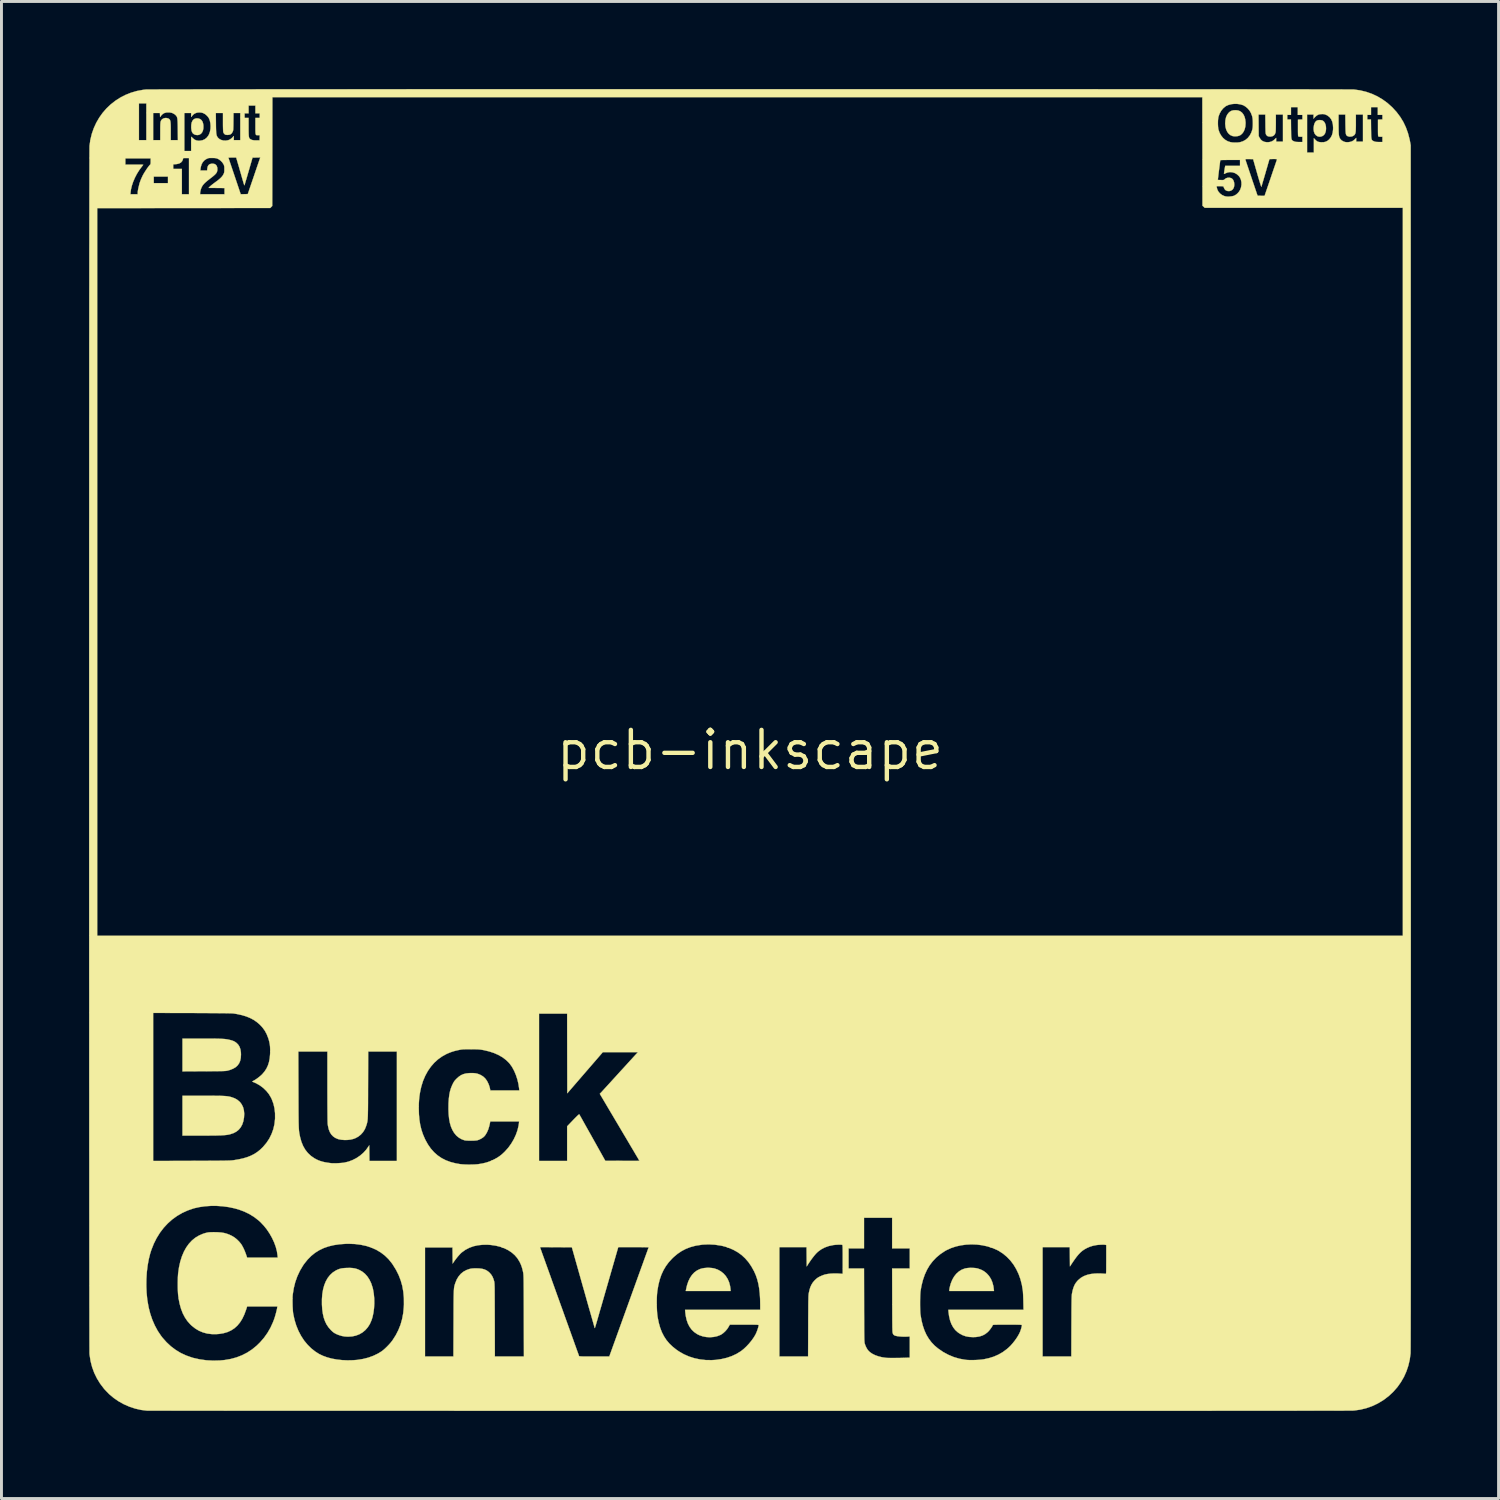
<source format=kicad_pcb>
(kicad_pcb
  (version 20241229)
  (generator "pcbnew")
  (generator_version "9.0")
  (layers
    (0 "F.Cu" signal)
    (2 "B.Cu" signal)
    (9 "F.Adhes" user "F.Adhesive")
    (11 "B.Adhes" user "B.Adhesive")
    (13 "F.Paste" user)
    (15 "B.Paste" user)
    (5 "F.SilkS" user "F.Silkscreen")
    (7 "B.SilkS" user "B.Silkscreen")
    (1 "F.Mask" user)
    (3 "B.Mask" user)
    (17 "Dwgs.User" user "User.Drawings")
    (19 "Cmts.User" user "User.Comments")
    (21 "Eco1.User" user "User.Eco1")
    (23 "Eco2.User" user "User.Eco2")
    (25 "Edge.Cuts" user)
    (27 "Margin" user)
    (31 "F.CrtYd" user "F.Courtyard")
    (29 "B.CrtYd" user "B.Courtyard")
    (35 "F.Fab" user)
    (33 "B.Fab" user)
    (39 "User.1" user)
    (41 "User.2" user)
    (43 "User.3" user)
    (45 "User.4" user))
  (footprint "pcb-inkscape"
    (layer "F.Cu")
    (at 22.643 22.643)
    (property "Reference" "pcb-inkscape" (at 0 0 0) (layer "F.SilkS") (effects (font (size 1.27 1.27) (thickness 0.15))))
    (attr through_hole)
    (fp_poly (pts (xy -1.304 17.744) (xy -1.228 17.757) (xy -1.225 17.758) (xy -1.109 17.798) (xy -1.004 17.856) (xy -0.911 17.929) (xy -0.832 18.017) (xy -0.767 18.118) (xy -0.717 18.232) (xy -0.684 18.357) (xy -0.67 18.455) (xy -0.664 18.531) (xy -2.201 18.531) (xy -2.195 18.497) (xy -2.16 18.341) (xy -2.114 18.203) (xy -2.056 18.083) (xy -1.987 17.98) (xy -1.907 17.895) (xy -1.815 17.828) (xy -1.712 17.779) (xy -1.645 17.759) (xy -1.569 17.745) (xy -1.482 17.738) (xy -1.391 17.738) (xy -1.304 17.744)) (stroke (width 0.01) (type solid)) (fill yes) (layer "F.SilkS"))
    (fp_poly (pts (xy -18.892 -21.634) (xy -18.833 -21.612) (xy -18.787 -21.574) (xy -18.753 -21.519) (xy -18.732 -21.447) (xy -18.725 -21.383) (xy -18.726 -21.297) (xy -18.741 -21.222) (xy -18.769 -21.16) (xy -18.808 -21.112) (xy -18.857 -21.081) (xy -18.914 -21.066) (xy -18.98 -21.07) (xy -18.99 -21.072) (xy -19.044 -21.092) (xy -19.085 -21.123) (xy -19.114 -21.168) (xy -19.133 -21.228) (xy -19.142 -21.305) (xy -19.143 -21.321) (xy -19.141 -21.415) (xy -19.127 -21.494) (xy -19.1 -21.556) (xy -19.062 -21.601) (xy -19.013 -21.629) (xy -18.954 -21.64) (xy -18.892 -21.634)) (stroke (width 0.01) (type solid)) (fill yes) (layer "F.SilkS"))
    (fp_poly (pts (xy 19.565 -21.577) (xy 19.611 -21.565) (xy 19.619 -21.561) (xy 19.66 -21.529) (xy 19.692 -21.481) (xy 19.716 -21.421) (xy 19.729 -21.353) (xy 19.732 -21.281) (xy 19.725 -21.209) (xy 19.705 -21.14) (xy 19.695 -21.118) (xy 19.66 -21.069) (xy 19.613 -21.034) (xy 19.557 -21.014) (xy 19.498 -21.01) (xy 19.44 -21.025) (xy 19.436 -21.027) (xy 19.382 -21.064) (xy 19.342 -21.115) (xy 19.317 -21.182) (xy 19.306 -21.262) (xy 19.307 -21.32) (xy 19.319 -21.405) (xy 19.34 -21.473) (xy 19.371 -21.524) (xy 19.413 -21.56) (xy 19.422 -21.564) (xy 19.462 -21.577) (xy 19.513 -21.581) (xy 19.565 -21.577)) (stroke (width 0.01) (type solid)) (fill yes) (layer "F.SilkS"))
    (fp_poly (pts (xy 7.633 17.739) (xy 7.715 17.745) (xy 7.784 17.756) (xy 7.794 17.759) (xy 7.911 17.799) (xy 8.017 17.856) (xy 8.109 17.929) (xy 8.188 18.018) (xy 8.253 18.12) (xy 8.302 18.236) (xy 8.336 18.364) (xy 8.348 18.449) (xy 8.357 18.531) (xy 6.826 18.531) (xy 6.826 18.506) (xy 6.829 18.474) (xy 6.837 18.428) (xy 6.849 18.374) (xy 6.864 18.319) (xy 6.879 18.269) (xy 6.88 18.265) (xy 6.931 18.141) (xy 6.994 18.032) (xy 7.069 17.939) (xy 7.154 17.863) (xy 7.248 17.804) (xy 7.351 17.764) (xy 7.392 17.754) (xy 7.464 17.743) (xy 7.547 17.738) (xy 7.633 17.739)) (stroke (width 0.01) (type solid)) (fill yes) (layer "F.SilkS"))
    (fp_poly (pts (xy 16.719 -21.91) (xy 16.79 -21.882) (xy 16.851 -21.837) (xy 16.9 -21.775) (xy 16.938 -21.699) (xy 16.963 -21.608) (xy 16.975 -21.503) (xy 16.975 -21.463) (xy 16.968 -21.363) (xy 16.947 -21.272) (xy 16.913 -21.192) (xy 16.868 -21.126) (xy 16.813 -21.074) (xy 16.768 -21.049) (xy 16.715 -21.032) (xy 16.651 -21.024) (xy 16.586 -21.024) (xy 16.53 -21.032) (xy 16.529 -21.033) (xy 16.458 -21.063) (xy 16.398 -21.111) (xy 16.349 -21.175) (xy 16.312 -21.253) (xy 16.288 -21.344) (xy 16.278 -21.446) (xy 16.277 -21.467) (xy 16.285 -21.58) (xy 16.307 -21.678) (xy 16.344 -21.761) (xy 16.392 -21.826) (xy 16.441 -21.869) (xy 16.493 -21.898) (xy 16.555 -21.914) (xy 16.631 -21.919) (xy 16.639 -21.919) (xy 16.719 -21.91)) (stroke (width 0.01) (type solid)) (fill yes) (layer "F.SilkS"))
    (fp_poly (pts (xy -18.74 11.843) (xy -18.588 11.843) (xy -18.455 11.843) (xy -18.339 11.844) (xy -18.24 11.845) (xy -18.155 11.846) (xy -18.082 11.848) (xy -18.021 11.851) (xy -17.968 11.854) (xy -17.923 11.859) (xy -17.883 11.864) (xy -17.848 11.87) (xy -17.814 11.877) (xy -17.782 11.886) (xy -17.759 11.892) (xy -17.648 11.933) (xy -17.554 11.989) (xy -17.475 12.057) (xy -17.413 12.139) (xy -17.367 12.233) (xy -17.339 12.339) (xy -17.327 12.457) (xy -17.334 12.585) (xy -17.335 12.592) (xy -17.358 12.719) (xy -17.395 12.829) (xy -17.447 12.924) (xy -17.513 13.004) (xy -17.594 13.07) (xy -17.691 13.122) (xy -17.804 13.16) (xy -17.825 13.166) (xy -17.863 13.174) (xy -17.903 13.181) (xy -17.947 13.187) (xy -17.998 13.192) (xy -18.056 13.196) (xy -18.123 13.2) (xy -18.202 13.202) (xy -18.293 13.205) (xy -18.399 13.206) (xy -18.521 13.207) (xy -18.662 13.208) (xy -18.809 13.208) (xy -19.442 13.208) (xy -19.442 11.843) (xy -18.74 11.843)) (stroke (width 0.01) (type solid)) (fill yes) (layer "F.SilkS"))
    (fp_poly (pts (xy -18.772 9.885) (xy -18.622 9.885) (xy -18.492 9.886) (xy -18.379 9.886) (xy -18.282 9.887) (xy -18.198 9.889) (xy -18.127 9.892) (xy -18.066 9.895) (xy -18.013 9.898) (xy -17.966 9.903) (xy -17.925 9.909) (xy -17.886 9.916) (xy -17.848 9.924) (xy -17.809 9.933) (xy -17.806 9.933) (xy -17.738 9.953) (xy -17.683 9.974) (xy -17.637 10) (xy -17.595 10.03) (xy -17.534 10.091) (xy -17.488 10.165) (xy -17.457 10.254) (xy -17.441 10.357) (xy -17.438 10.435) (xy -17.445 10.548) (xy -17.466 10.647) (xy -17.502 10.732) (xy -17.554 10.804) (xy -17.622 10.866) (xy -17.708 10.916) (xy -17.812 10.958) (xy -17.877 10.977) (xy -17.895 10.982) (xy -17.912 10.985) (xy -17.93 10.989) (xy -17.952 10.992) (xy -17.978 10.994) (xy -18.01 10.996) (xy -18.05 10.998) (xy -18.099 10.999) (xy -18.16 11) (xy -18.233 11.001) (xy -18.321 11.002) (xy -18.424 11.003) (xy -18.546 11.003) (xy -18.687 11.004) (xy -18.703 11.004) (xy -19.442 11.008) (xy -19.442 9.885) (xy -18.772 9.885)) (stroke (width 0.01) (type solid)) (fill yes) (layer "F.SilkS"))
    (fp_poly (pts (xy -13.609 17.746) (xy -13.53 17.759) (xy -13.456 17.781) (xy -13.394 17.806) (xy -13.288 17.864) (xy -13.193 17.94) (xy -13.109 18.033) (xy -13.038 18.142) (xy -12.978 18.266) (xy -12.932 18.405) (xy -12.916 18.467) (xy -12.889 18.624) (xy -12.873 18.788) (xy -12.871 18.955) (xy -12.88 19.12) (xy -12.901 19.279) (xy -12.933 19.428) (xy -12.966 19.532) (xy -13.022 19.66) (xy -13.093 19.772) (xy -13.177 19.869) (xy -13.274 19.95) (xy -13.382 20.013) (xy -13.501 20.059) (xy -13.629 20.087) (xy -13.766 20.096) (xy -13.875 20.091) (xy -13.988 20.071) (xy -14.102 20.035) (xy -14.171 20.006) (xy -14.219 19.981) (xy -14.259 19.957) (xy -14.295 19.929) (xy -14.335 19.892) (xy -14.361 19.866) (xy -14.44 19.776) (xy -14.506 19.678) (xy -14.559 19.568) (xy -14.602 19.447) (xy -14.633 19.311) (xy -14.654 19.159) (xy -14.665 18.997) (xy -14.665 18.811) (xy -14.652 18.638) (xy -14.625 18.478) (xy -14.585 18.332) (xy -14.532 18.201) (xy -14.466 18.084) (xy -14.387 17.984) (xy -14.296 17.899) (xy -14.193 17.832) (xy -14.167 17.818) (xy -14.11 17.792) (xy -14.056 17.773) (xy -14.002 17.759) (xy -13.941 17.75) (xy -13.868 17.744) (xy -13.801 17.741) (xy -13.697 17.74) (xy -13.609 17.746)) (stroke (width 0.01) (type solid)) (fill yes) (layer "F.SilkS"))
    (fp_poly (pts (xy 0.665 -22.638) (xy 1.239 -22.638) (xy 1.811 -22.638) (xy 2.383 -22.638) (xy 2.953 -22.638) (xy 3.521 -22.638) (xy 4.086 -22.638) (xy 4.649 -22.638) (xy 5.209 -22.638) (xy 5.764 -22.638) (xy 6.316 -22.638) (xy 6.864 -22.638) (xy 7.407 -22.638) (xy 7.944 -22.637) (xy 8.476 -22.637) (xy 9.002 -22.637) (xy 9.522 -22.637) (xy 10.034 -22.637) (xy 10.54 -22.637) (xy 11.038 -22.637) (xy 11.529 -22.637) (xy 12.011 -22.636) (xy 12.484 -22.636) (xy 12.948 -22.636) (xy 13.403 -22.636) (xy 13.847 -22.636) (xy 14.282 -22.635) (xy 14.705 -22.635) (xy 15.118 -22.635) (xy 15.519 -22.635) (xy 15.909 -22.634) (xy 16.286 -22.634) (xy 16.65 -22.634) (xy 17.002 -22.634) (xy 17.34 -22.633) (xy 17.664 -22.633) (xy 17.974 -22.633) (xy 18.269 -22.633) (xy 18.549 -22.632) (xy 18.814 -22.632) (xy 19.063 -22.632) (xy 19.296 -22.631) (xy 19.512 -22.631) (xy 19.712 -22.631) (xy 19.894 -22.63) (xy 20.058 -22.63) (xy 20.204 -22.63) (xy 20.332 -22.629) (xy 20.44 -22.629) (xy 20.53 -22.628) (xy 20.599 -22.628) (xy 20.649 -22.628) (xy 20.677 -22.627) (xy 20.685 -22.627) (xy 20.9 -22.597) (xy 21.107 -22.547) (xy 21.305 -22.478) (xy 21.494 -22.39) (xy 21.673 -22.283) (xy 21.843 -22.158) (xy 22.003 -22.014) (xy 22.008 -22.008) (xy 22.15 -21.853) (xy 22.274 -21.688) (xy 22.38 -21.514) (xy 22.468 -21.328) (xy 22.539 -21.131) (xy 22.594 -20.921) (xy 22.609 -20.844) (xy 22.632 -20.717) (xy 22.636 -0.09) (xy 22.636 0.789) (xy 22.636 1.646) (xy 22.636 2.483) (xy 22.636 3.298) (xy 22.636 4.093) (xy 22.636 4.868) (xy 22.636 5.622) (xy 22.636 6.356) (xy 22.636 7.07) (xy 22.636 7.764) (xy 22.636 8.439) (xy 22.636 9.093) (xy 22.636 9.728) (xy 22.636 10.343) (xy 22.636 10.939) (xy 22.636 11.516) (xy 22.636 12.074) (xy 22.636 12.613) (xy 22.636 13.133) (xy 22.636 13.635) (xy 22.636 14.118) (xy 22.636 14.583) (xy 22.636 15.029) (xy 22.635 15.457) (xy 22.635 15.868) (xy 22.635 16.26) (xy 22.635 16.635) (xy 22.635 16.992) (xy 22.635 17.332) (xy 22.634 17.654) (xy 22.634 17.96) (xy 22.634 18.248) (xy 22.634 18.519) (xy 22.633 18.774) (xy 22.633 19.011) (xy 22.633 19.233) (xy 22.632 19.438) (xy 22.632 19.626) (xy 22.632 19.799) (xy 22.631 19.956) (xy 22.631 20.096) (xy 22.631 20.221) (xy 22.63 20.331) (xy 22.63 20.425) (xy 22.629 20.503) (xy 22.629 20.567) (xy 22.628 20.615) (xy 22.628 20.649) (xy 22.628 20.668) (xy 22.627 20.671) (xy 22.599 20.883) (xy 22.551 21.089) (xy 22.484 21.288) (xy 22.399 21.477) (xy 22.295 21.656) (xy 22.175 21.825) (xy 22.038 21.981) (xy 21.885 22.125) (xy 21.717 22.254) (xy 21.681 22.278) (xy 21.499 22.387) (xy 21.309 22.476) (xy 21.11 22.546) (xy 20.903 22.596) (xy 20.689 22.626) (xy 20.685 22.627) (xy 20.671 22.627) (xy 20.638 22.628) (xy 20.586 22.628) (xy 20.516 22.629) (xy 20.427 22.629) (xy 20.319 22.63) (xy 20.193 22.63) (xy 20.047 22.63) (xy 19.883 22.631) (xy 19.7 22.631) (xy 19.497 22.631) (xy 19.275 22.632) (xy 19.035 22.632) (xy 18.775 22.632) (xy 18.495 22.633) (xy 18.197 22.633) (xy 17.879 22.633) (xy 17.541 22.634) (xy 17.184 22.634) (xy 16.807 22.634) (xy 16.411 22.634) (xy 15.995 22.634) (xy 15.559 22.635) (xy 15.104 22.635) (xy 14.628 22.635) (xy 14.133 22.635) (xy 13.617 22.635) (xy 13.082 22.635) (xy 12.526 22.636) (xy 11.95 22.636) (xy 11.354 22.636) (xy 10.738 22.636) (xy 10.101 22.636) (xy 9.444 22.636) (xy 8.767 22.636) (xy 8.069 22.636) (xy 7.35 22.636) (xy 6.611 22.636) (xy 5.851 22.636) (xy 5.07 22.636) (xy 4.268 22.636) (xy 3.446 22.636) (xy 2.602 22.636) (xy 1.738 22.636) (xy 0.853 22.636) (xy -0.021 22.636) (xy -0.682 22.636) (xy -1.338 22.636) (xy -1.988 22.636) (xy -2.633 22.636) (xy -3.272 22.636) (xy -3.904 22.635) (xy -4.53 22.635) (xy -5.149 22.635) (xy -5.761 22.635) (xy -6.365 22.635) (xy -6.962 22.635) (xy -7.55 22.635) (xy -8.13 22.635) (xy -8.701 22.635) (xy -9.262 22.635) (xy -9.814 22.635) (xy -10.357 22.634) (xy -10.889 22.634) (xy -11.411 22.634) (xy -11.922 22.634) (xy -12.422 22.634) (xy -12.91 22.634) (xy -13.387 22.634) (xy -13.851 22.634) (xy -14.304 22.634) (xy -14.743 22.633) (xy -15.17 22.633) (xy -15.583 22.633) (xy -15.982 22.633) (xy -16.368 22.633) (xy -16.739 22.633) (xy -17.096 22.633) (xy -17.437 22.633) (xy -17.763 22.633) (xy -18.074 22.632) (xy -18.369 22.632) (xy -18.647 22.632) (xy -18.909 22.632) (xy -19.154 22.632) (xy -19.382 22.632) (xy -19.592 22.632) (xy -19.784 22.632) (xy -19.958 22.631) (xy -20.114 22.631) (xy -20.251 22.631) (xy -20.368 22.631) (xy -20.466 22.631) (xy -20.545 22.631) (xy -20.603 22.631) (xy -20.641 22.631) (xy -20.658 22.631) (xy -20.659 22.63) (xy -20.863 22.605) (xy -21.064 22.559) (xy -21.26 22.494) (xy -21.449 22.411) (xy -21.629 22.311) (xy -21.798 22.195) (xy -21.955 22.063) (xy -22.097 21.916) (xy -22.131 21.877) (xy -22.262 21.705) (xy -22.373 21.524) (xy -22.465 21.336) (xy -22.537 21.139) (xy -22.59 20.934) (xy -22.623 20.721) (xy -22.627 20.685) (xy -22.627 20.67) (xy -22.628 20.634) (xy -22.628 20.578) (xy -22.628 20.502) (xy -22.629 20.406) (xy -22.629 20.291) (xy -22.63 20.157) (xy -22.63 20.005) (xy -22.63 19.835) (xy -22.631 19.647) (xy -22.631 19.442) (xy -22.631 19.22) (xy -22.632 18.981) (xy -22.632 18.727) (xy -22.632 18.457) (xy -22.632 18.358) (xy -20.681 18.358) (xy -20.671 18.594) (xy -20.648 18.826) (xy -20.642 18.865) (xy -20.602 19.091) (xy -20.546 19.309) (xy -20.475 19.518) (xy -20.389 19.714) (xy -20.29 19.898) (xy -20.177 20.066) (xy -20.129 20.129) (xy -19.988 20.287) (xy -19.837 20.428) (xy -19.674 20.55) (xy -19.501 20.655) (xy -19.315 20.741) (xy -19.119 20.81) (xy -19.075 20.823) (xy -18.853 20.873) (xy -18.624 20.905) (xy -18.39 20.917) (xy -18.154 20.911) (xy -17.997 20.896) (xy -17.789 20.86) (xy -17.591 20.806) (xy -17.403 20.733) (xy -17.225 20.642) (xy -17.057 20.532) (xy -16.9 20.404) (xy -16.785 20.291) (xy -16.648 20.133) (xy -16.53 19.967) (xy -16.428 19.79) (xy -16.341 19.599) (xy -16.299 19.489) (xy -16.281 19.434) (xy -16.261 19.367) (xy -16.241 19.295) (xy -16.223 19.224) (xy -16.208 19.161) (xy -16.198 19.11) (xy -16.198 19.106) (xy -16.191 19.061) (xy -17.227 19.061) (xy -17.266 19.18) (xy -17.326 19.342) (xy -17.395 19.486) (xy -17.474 19.611) (xy -17.563 19.718) (xy -17.663 19.808) (xy -17.774 19.88) (xy -17.897 19.937) (xy -18.033 19.977) (xy -18.182 20.002) (xy -18.277 20.009) (xy -18.441 20.008) (xy -18.595 19.989) (xy -18.74 19.95) (xy -18.877 19.893) (xy -19.006 19.815) (xy -19.127 19.719) (xy -19.177 19.671) (xy -19.275 19.56) (xy -19.36 19.434) (xy -19.433 19.294) (xy -19.492 19.139) (xy -19.54 18.968) (xy -19.559 18.871) (xy -15.672 18.871) (xy -15.671 18.964) (xy -15.669 19.057) (xy -15.664 19.146) (xy -15.659 19.225) (xy -15.652 19.291) (xy -15.648 19.314) (xy -15.604 19.52) (xy -15.544 19.716) (xy -15.469 19.899) (xy -15.379 20.07) (xy -15.276 20.228) (xy -15.159 20.37) (xy -15.03 20.498) (xy -14.889 20.609) (xy -14.764 20.688) (xy -14.633 20.751) (xy -14.485 20.805) (xy -14.325 20.848) (xy -14.153 20.879) (xy -13.974 20.899) (xy -13.789 20.907) (xy -13.602 20.903) (xy -13.451 20.891) (xy -13.259 20.86) (xy -13.076 20.814) (xy -12.903 20.751) (xy -12.743 20.674) (xy -12.626 20.602) (xy -12.571 20.561) (xy -12.509 20.507) (xy -12.443 20.444) (xy -12.377 20.376) (xy -12.316 20.308) (xy -12.265 20.244) (xy -12.245 20.217) (xy -12.135 20.044) (xy -12.045 19.867) (xy -11.972 19.684) (xy -11.918 19.492) (xy -11.88 19.291) (xy -11.86 19.078) (xy -11.856 18.99) (xy -11.858 18.768) (xy -11.877 18.559) (xy -11.912 18.359) (xy -11.966 18.169) (xy -12.037 17.985) (xy -12.127 17.806) (xy -12.236 17.63) (xy -12.272 17.578) (xy -12.383 17.441) (xy -12.508 17.319) (xy -12.647 17.213) (xy -12.799 17.122) (xy -12.964 17.048) (xy -12.99 17.039) (xy -11.134 17.039) (xy -11.134 20.775) (xy -10.161 20.775) (xy -10.157 19.629) (xy -10.156 19.445) (xy -10.156 19.281) (xy -10.155 19.135) (xy -10.155 19.007) (xy -10.154 18.894) (xy -10.153 18.797) (xy -10.152 18.712) (xy -10.15 18.639) (xy -10.148 18.578) (xy -10.146 18.525) (xy -10.143 18.481) (xy -10.14 18.443) (xy -10.136 18.411) (xy -10.131 18.383) (xy -10.126 18.358) (xy -10.12 18.335) (xy -10.113 18.311) (xy -10.105 18.287) (xy -10.097 18.26) (xy -10.095 18.257) (xy -10.046 18.136) (xy -9.983 18.032) (xy -9.907 17.943) (xy -9.817 17.87) (xy -9.714 17.814) (xy -9.613 17.778) (xy -9.569 17.768) (xy -9.524 17.761) (xy -9.472 17.757) (xy -9.406 17.755) (xy -9.382 17.755) (xy -9.271 17.759) (xy -9.176 17.771) (xy -9.094 17.794) (xy -9.023 17.827) (xy -8.958 17.873) (xy -8.916 17.912) (xy -8.866 17.97) (xy -8.825 18.035) (xy -8.792 18.112) (xy -8.771 18.18) (xy -8.767 18.192) (xy -8.764 18.205) (xy -8.761 18.218) (xy -8.759 18.234) (xy -8.757 18.253) (xy -8.755 18.276) (xy -8.753 18.306) (xy -8.752 18.342) (xy -8.75 18.387) (xy -8.749 18.441) (xy -8.748 18.506) (xy -8.748 18.582) (xy -8.747 18.672) (xy -8.747 18.775) (xy -8.746 18.894) (xy -8.746 19.03) (xy -8.745 19.183) (xy -8.745 19.355) (xy -8.744 19.518) (xy -8.741 20.775) (xy -7.746 20.775) (xy -7.75 19.375) (xy -7.75 19.175) (xy -7.751 18.995) (xy -7.751 18.833) (xy -7.752 18.689) (xy -7.752 18.562) (xy -7.753 18.45) (xy -7.754 18.353) (xy -7.754 18.268) (xy -7.755 18.196) (xy -7.756 18.135) (xy -7.757 18.083) (xy -7.759 18.04) (xy -7.76 18.004) (xy -7.762 17.975) (xy -7.764 17.951) (xy -7.766 17.93) (xy -7.768 17.913) (xy -7.771 17.898) (xy -7.774 17.883) (xy -7.777 17.871) (xy -7.798 17.779) (xy -7.821 17.702) (xy -7.847 17.631) (xy -7.88 17.559) (xy -7.899 17.522) (xy -7.97 17.408) (xy -8.058 17.305) (xy -8.162 17.214) (xy -8.281 17.135) (xy -8.413 17.069) (xy -8.524 17.028) (xy -7.196 17.028) (xy -7.182 17.068) (xy -7.169 17.104) (xy -7.15 17.156) (xy -7.126 17.225) (xy -7.096 17.308) (xy -7.061 17.405) (xy -7.022 17.514) (xy -6.979 17.634) (xy -6.932 17.764) (xy -6.882 17.903) (xy -6.829 18.05) (xy -6.775 18.203) (xy -6.718 18.361) (xy -6.66 18.523) (xy -6.601 18.688) (xy -6.541 18.854) (xy -6.481 19.021) (xy -6.421 19.186) (xy -6.363 19.35) (xy -6.305 19.511) (xy -6.249 19.667) (xy -6.195 19.817) (xy -6.143 19.961) (xy -6.095 20.096) (xy -6.049 20.223) (xy -6.008 20.339) (xy -5.97 20.443) (xy -5.938 20.534) (xy -5.91 20.612) (xy -5.887 20.674) (xy -5.871 20.719) (xy -5.861 20.747) (xy -5.858 20.757) (xy -5.855 20.761) (xy -5.849 20.764) (xy -5.838 20.767) (xy -5.821 20.77) (xy -5.795 20.771) (xy -5.759 20.773) (xy -5.711 20.774) (xy -5.65 20.774) (xy -5.573 20.775) (xy -5.479 20.775) (xy -5.366 20.775) (xy -5.336 20.775) (xy -4.821 20.775) (xy -4.149 18.911) (xy -4.137 18.878) (xy -3.195 18.878) (xy -3.195 18.991) (xy -3.192 19.104) (xy -3.187 19.213) (xy -3.18 19.312) (xy -3.17 19.397) (xy -3.165 19.431) (xy -3.127 19.618) (xy -3.079 19.788) (xy -3.02 19.943) (xy -2.948 20.083) (xy -2.864 20.212) (xy -2.765 20.33) (xy -2.65 20.44) (xy -2.519 20.544) (xy -2.431 20.604) (xy -2.267 20.698) (xy -2.092 20.775) (xy -1.907 20.834) (xy -1.715 20.875) (xy -1.517 20.897) (xy -1.314 20.9) (xy -1.169 20.891) (xy -0.977 20.863) (xy -0.794 20.82) (xy -0.623 20.761) (xy -0.464 20.687) (xy -0.319 20.598) (xy -0.305 20.588) (xy -0.216 20.517) (xy -0.126 20.433) (xy -0.037 20.338) (xy 0.045 20.239) (xy 0.118 20.138) (xy 0.177 20.042) (xy 0.194 20.009) (xy 0.217 19.96) (xy 0.239 19.904) (xy 0.26 19.846) (xy 0.277 19.791) (xy 0.29 19.745) (xy 0.296 19.711) (xy 0.296 19.705) (xy 0.296 19.7) (xy 0.292 19.696) (xy 0.285 19.693) (xy 0.271 19.691) (xy 0.25 19.689) (xy 0.218 19.687) (xy 0.176 19.686) (xy 0.12 19.686) (xy 0.048 19.685) (xy -0.039 19.685) (xy -0.146 19.685) (xy -0.198 19.685) (xy -0.693 19.685) (xy -0.736 19.762) (xy -0.784 19.836) (xy -0.845 19.907) (xy -0.913 19.97) (xy -0.983 20.02) (xy -1.017 20.038) (xy -1.129 20.081) (xy -1.25 20.106) (xy -1.375 20.116) (xy -1.501 20.108) (xy -1.623 20.084) (xy -1.739 20.044) (xy -1.814 20.006) (xy -1.914 19.937) (xy -1.999 19.855) (xy -2.07 19.758) (xy -2.128 19.647) (xy -2.172 19.521) (xy -2.203 19.378) (xy -2.218 19.259) (xy -2.225 19.177) (xy 0.349 19.177) (xy 0.349 19.01) (xy 0.345 18.802) (xy 0.333 18.612) (xy 0.313 18.438) (xy 0.284 18.277) (xy 0.246 18.13) (xy 0.199 17.992) (xy 0.142 17.863) (xy 0.138 17.854) (xy 0.046 17.688) (xy -0.055 17.541) (xy -0.167 17.412) (xy -0.289 17.299) (xy -0.423 17.203) (xy -0.566 17.123) (xy -0.697 17.065) (xy -0.799 17.029) (xy 1.005 17.029) (xy 1.005 20.775) (xy 1.989 20.775) (xy 1.993 19.73) (xy 1.993 19.556) (xy 1.994 19.401) (xy 1.995 19.265) (xy 1.996 19.146) (xy 1.996 19.043) (xy 1.997 18.955) (xy 1.998 18.88) (xy 2 18.816) (xy 2.001 18.764) (xy 2.002 18.72) (xy 2.004 18.685) (xy 2.006 18.656) (xy 2.009 18.633) (xy 2.011 18.613) (xy 2.014 18.596) (xy 2.015 18.595) (xy 2.039 18.488) (xy 2.067 18.398) (xy 2.102 18.321) (xy 2.143 18.252) (xy 2.195 18.188) (xy 2.222 18.16) (xy 2.267 18.117) (xy 2.307 18.085) (xy 2.351 18.057) (xy 2.402 18.031) (xy 2.454 18.008) (xy 2.507 17.987) (xy 2.553 17.971) (xy 2.572 17.966) (xy 2.656 17.949) (xy 2.755 17.937) (xy 2.862 17.931) (xy 2.969 17.931) (xy 3.035 17.934) (xy 3.175 17.944) (xy 3.175 17.45) (xy 3.175 17.334) (xy 3.175 17.238) (xy 3.174 17.159) (xy 3.174 17.096) (xy 3.173 17.071) (xy 3.376 17.071) (xy 3.376 17.759) (xy 3.905 17.759) (xy 3.908 19.016) (xy 3.908 19.206) (xy 3.909 19.376) (xy 3.91 19.528) (xy 3.91 19.662) (xy 3.911 19.779) (xy 3.911 19.881) (xy 3.912 19.969) (xy 3.913 20.044) (xy 3.914 20.107) (xy 3.915 20.16) (xy 3.916 20.203) (xy 3.918 20.238) (xy 3.92 20.266) (xy 3.921 20.288) (xy 3.924 20.306) (xy 3.926 20.319) (xy 3.929 20.331) (xy 3.93 20.336) (xy 3.958 20.412) (xy 3.992 20.484) (xy 4.031 20.546) (xy 4.041 20.56) (xy 4.105 20.624) (xy 4.187 20.681) (xy 4.285 20.73) (xy 4.398 20.77) (xy 4.523 20.801) (xy 4.657 20.821) (xy 4.69 20.823) (xy 4.741 20.825) (xy 4.807 20.826) (xy 4.882 20.826) (xy 4.965 20.826) (xy 5.051 20.825) (xy 5.136 20.824) (xy 5.218 20.822) (xy 5.264 20.821) (xy 5.472 20.814) (xy 5.472 20.09) (xy 5.353 20.095) (xy 5.276 20.096) (xy 5.197 20.094) (xy 5.122 20.088) (xy 5.054 20.08) (xy 4.998 20.069) (xy 4.959 20.057) (xy 4.925 20.037) (xy 4.903 20.01) (xy 4.894 19.991) (xy 4.891 19.982) (xy 4.888 19.973) (xy 4.885 19.961) (xy 4.883 19.945) (xy 4.881 19.925) (xy 4.879 19.897) (xy 4.878 19.863) (xy 4.877 19.819) (xy 4.875 19.766) (xy 4.875 19.701) (xy 4.874 19.624) (xy 4.873 19.532) (xy 4.873 19.426) (xy 4.872 19.304) (xy 4.872 19.163) (xy 4.871 19.004) (xy 4.871 18.909) (xy 5.826 18.909) (xy 5.826 19.002) (xy 5.827 19.093) (xy 5.829 19.177) (xy 5.832 19.251) (xy 5.836 19.31) (xy 5.84 19.341) (xy 5.874 19.539) (xy 5.919 19.719) (xy 5.975 19.883) (xy 6.043 20.033) (xy 6.124 20.168) (xy 6.217 20.291) (xy 6.324 20.403) (xy 6.446 20.505) (xy 6.447 20.505) (xy 6.618 20.622) (xy 6.796 20.718) (xy 6.981 20.795) (xy 7.172 20.851) (xy 7.37 20.887) (xy 7.403 20.891) (xy 7.469 20.896) (xy 7.551 20.898) (xy 7.642 20.898) (xy 7.738 20.895) (xy 7.831 20.89) (xy 7.918 20.882) (xy 7.991 20.873) (xy 8.006 20.871) (xy 8.188 20.831) (xy 8.356 20.778) (xy 8.512 20.709) (xy 8.658 20.625) (xy 8.796 20.523) (xy 8.851 20.476) (xy 8.927 20.403) (xy 9.004 20.315) (xy 9.079 20.22) (xy 9.147 20.122) (xy 9.204 20.026) (xy 9.235 19.965) (xy 9.255 19.918) (xy 9.274 19.865) (xy 9.291 19.81) (xy 9.304 19.76) (xy 9.312 19.721) (xy 9.313 19.704) (xy 9.313 19.7) (xy 9.309 19.696) (xy 9.301 19.693) (xy 9.286 19.691) (xy 9.264 19.689) (xy 9.231 19.687) (xy 9.187 19.686) (xy 9.13 19.686) (xy 9.057 19.685) (xy 8.967 19.685) (xy 8.858 19.685) (xy 8.817 19.685) (xy 8.701 19.685) (xy 8.605 19.685) (xy 8.527 19.685) (xy 8.464 19.686) (xy 8.415 19.687) (xy 8.379 19.688) (xy 8.352 19.69) (xy 8.335 19.692) (xy 8.324 19.695) (xy 8.317 19.699) (xy 8.314 19.703) (xy 8.313 19.706) (xy 8.299 19.737) (xy 8.273 19.778) (xy 8.24 19.825) (xy 8.204 19.872) (xy 8.167 19.914) (xy 8.14 19.941) (xy 8.056 20.007) (xy 7.964 20.056) (xy 7.86 20.089) (xy 7.743 20.108) (xy 7.641 20.112) (xy 7.51 20.105) (xy 7.391 20.083) (xy 7.281 20.044) (xy 7.178 19.988) (xy 7.117 19.946) (xy 7.031 19.868) (xy 6.958 19.773) (xy 6.898 19.662) (xy 6.851 19.534) (xy 6.818 19.39) (xy 6.8 19.254) (xy 6.793 19.177) (xy 9.369 19.177) (xy 9.363 18.894) (xy 9.361 18.812) (xy 9.358 18.733) (xy 9.355 18.658) (xy 9.351 18.594) (xy 9.348 18.543) (xy 9.345 18.516) (xy 9.312 18.316) (xy 9.263 18.126) (xy 9.199 17.948) (xy 9.119 17.781) (xy 9.026 17.626) (xy 8.918 17.486) (xy 8.798 17.361) (xy 8.666 17.251) (xy 8.522 17.158) (xy 8.461 17.125) (xy 8.3 17.056) (xy 8.214 17.029) (xy 10.022 17.029) (xy 10.022 20.775) (xy 11.006 20.775) (xy 11.009 19.741) (xy 11.01 19.567) (xy 11.011 19.413) (xy 11.011 19.277) (xy 11.012 19.159) (xy 11.013 19.056) (xy 11.014 18.968) (xy 11.015 18.893) (xy 11.016 18.83) (xy 11.018 18.778) (xy 11.019 18.734) (xy 11.021 18.699) (xy 11.023 18.669) (xy 11.025 18.645) (xy 11.028 18.625) (xy 11.031 18.61) (xy 11.055 18.498) (xy 11.084 18.404) (xy 11.119 18.322) (xy 11.163 18.25) (xy 11.216 18.184) (xy 11.246 18.154) (xy 11.333 18.081) (xy 11.433 18.023) (xy 11.547 17.979) (xy 11.675 17.949) (xy 11.819 17.933) (xy 11.978 17.931) (xy 12.014 17.932) (xy 12.071 17.935) (xy 12.12 17.938) (xy 12.159 17.942) (xy 12.182 17.944) (xy 12.186 17.945) (xy 12.19 17.945) (xy 12.193 17.94) (xy 12.196 17.927) (xy 12.198 17.907) (xy 12.2 17.876) (xy 12.201 17.833) (xy 12.202 17.777) (xy 12.202 17.706) (xy 12.202 17.617) (xy 12.203 17.51) (xy 12.203 17.454) (xy 12.203 16.957) (xy 12.179 16.951) (xy 12.148 16.946) (xy 12.101 16.944) (xy 12.044 16.945) (xy 11.982 16.948) (xy 11.92 16.952) (xy 11.864 16.959) (xy 11.864 16.959) (xy 11.751 16.981) (xy 11.649 17.012) (xy 11.551 17.054) (xy 11.525 17.067) (xy 11.452 17.108) (xy 11.385 17.154) (xy 11.321 17.209) (xy 11.258 17.274) (xy 11.193 17.352) (xy 11.124 17.445) (xy 11.061 17.536) (xy 10.959 17.689) (xy 10.956 17.359) (xy 10.953 17.029) (xy 10.022 17.029) (xy 8.214 17.029) (xy 8.129 17.002) (xy 7.952 16.964) (xy 7.77 16.941) (xy 7.587 16.934) (xy 7.404 16.943) (xy 7.225 16.967) (xy 7.052 17.006) (xy 6.887 17.061) (xy 6.733 17.131) (xy 6.67 17.167) (xy 6.518 17.269) (xy 6.381 17.383) (xy 6.26 17.51) (xy 6.153 17.65) (xy 6.062 17.804) (xy 5.985 17.973) (xy 5.922 18.156) (xy 5.872 18.356) (xy 5.84 18.542) (xy 5.836 18.589) (xy 5.832 18.653) (xy 5.829 18.731) (xy 5.827 18.817) (xy 5.826 18.909) (xy 4.871 18.909) (xy 4.871 18.852) (xy 4.868 17.759) (xy 5.472 17.759) (xy 5.472 17.071) (xy 4.868 17.071) (xy 4.868 16.023) (xy 3.905 16.023) (xy 3.905 17.071) (xy 3.376 17.071) (xy 3.173 17.071) (xy 3.173 17.047) (xy 3.171 17.01) (xy 3.169 16.984) (xy 3.167 16.967) (xy 3.164 16.957) (xy 3.16 16.951) (xy 3.158 16.95) (xy 3.135 16.946) (xy 3.095 16.944) (xy 3.044 16.944) (xy 2.986 16.946) (xy 2.927 16.95) (xy 2.872 16.956) (xy 2.847 16.959) (xy 2.698 16.991) (xy 2.561 17.04) (xy 2.438 17.105) (xy 2.327 17.186) (xy 2.264 17.247) (xy 2.219 17.298) (xy 2.168 17.362) (xy 2.112 17.435) (xy 2.057 17.513) (xy 2.005 17.591) (xy 1.999 17.6) (xy 1.942 17.69) (xy 1.939 17.359) (xy 1.936 17.029) (xy 1.005 17.029) (xy -0.799 17.029) (xy -0.823 17.02) (xy -0.952 16.986) (xy -0.995 16.977) (xy -1.208 16.945) (xy -1.418 16.934) (xy -1.626 16.943) (xy -1.831 16.974) (xy -1.873 16.982) (xy -2.043 17.028) (xy -2.199 17.088) (xy -2.344 17.164) (xy -2.481 17.256) (xy -2.613 17.367) (xy -2.668 17.42) (xy -2.783 17.545) (xy -2.882 17.679) (xy -2.966 17.821) (xy -3.037 17.975) (xy -3.094 18.141) (xy -3.139 18.321) (xy -3.173 18.517) (xy -3.181 18.584) (xy -3.188 18.67) (xy -3.193 18.769) (xy -3.195 18.878) (xy -4.137 18.878) (xy -4.08 18.72) (xy -4.013 18.534) (xy -3.948 18.355) (xy -3.886 18.182) (xy -3.827 18.018) (xy -3.771 17.863) (xy -3.719 17.719) (xy -3.67 17.585) (xy -3.627 17.464) (xy -3.588 17.356) (xy -3.554 17.262) (xy -3.525 17.183) (xy -3.503 17.12) (xy -3.486 17.074) (xy -3.476 17.047) (xy -3.473 17.038) (xy -3.483 17.036) (xy -3.512 17.034) (xy -3.559 17.033) (xy -3.623 17.031) (xy -3.702 17.03) (xy -3.794 17.029) (xy -3.898 17.029) (xy -3.992 17.029) (xy -4.514 17.029) (xy -4.894 18.349) (xy -4.952 18.55) (xy -5.004 18.732) (xy -5.051 18.895) (xy -5.093 19.041) (xy -5.131 19.17) (xy -5.164 19.284) (xy -5.192 19.384) (xy -5.217 19.47) (xy -5.238 19.543) (xy -5.256 19.605) (xy -5.271 19.656) (xy -5.284 19.698) (xy -5.293 19.73) (xy -5.301 19.756) (xy -5.307 19.774) (xy -5.311 19.787) (xy -5.314 19.795) (xy -5.316 19.799) (xy -5.317 19.801) (xy -5.318 19.801) (xy -5.319 19.799) (xy -5.319 19.798) (xy -5.323 19.788) (xy -5.332 19.758) (xy -5.346 19.71) (xy -5.364 19.645) (xy -5.387 19.565) (xy -5.414 19.47) (xy -5.445 19.362) (xy -5.479 19.242) (xy -5.517 19.111) (xy -5.557 18.97) (xy -5.599 18.82) (xy -5.643 18.663) (xy -5.689 18.5) (xy -5.714 18.414) (xy -6.103 17.034) (xy -7.196 17.028) (xy -8.524 17.028) (xy -8.558 17.016) (xy -8.715 16.978) (xy -8.882 16.954) (xy -8.98 16.947) (xy -9.157 16.948) (xy -9.322 16.965) (xy -9.475 16.999) (xy -9.617 17.051) (xy -9.748 17.119) (xy -9.869 17.206) (xy -9.878 17.213) (xy -9.917 17.249) (xy -9.963 17.299) (xy -10.014 17.357) (xy -10.064 17.42) (xy -10.111 17.482) (xy -10.134 17.514) (xy -10.186 17.592) (xy -10.189 17.315) (xy -10.192 17.039) (xy -11.134 17.039) (xy -12.99 17.039) (xy -13.142 16.989) (xy -13.331 16.948) (xy -13.532 16.922) (xy -13.745 16.914) (xy -13.854 16.916) (xy -14.064 16.931) (xy -14.258 16.96) (xy -14.438 17.003) (xy -14.605 17.061) (xy -14.759 17.135) (xy -14.901 17.224) (xy -15.032 17.33) (xy -15.153 17.452) (xy -15.265 17.591) (xy -15.312 17.658) (xy -15.419 17.838) (xy -15.508 18.028) (xy -15.579 18.228) (xy -15.631 18.44) (xy -15.664 18.647) (xy -15.669 18.708) (xy -15.672 18.784) (xy -15.672 18.871) (xy -19.559 18.871) (xy -19.576 18.78) (xy -19.591 18.664) (xy -19.596 18.603) (xy -19.6 18.526) (xy -19.603 18.437) (xy -19.604 18.341) (xy -19.604 18.243) (xy -19.602 18.147) (xy -19.6 18.059) (xy -19.595 17.982) (xy -19.591 17.928) (xy -19.561 17.719) (xy -19.518 17.525) (xy -19.462 17.348) (xy -19.394 17.186) (xy -19.314 17.041) (xy -19.222 16.913) (xy -19.119 16.802) (xy -19.003 16.707) (xy -18.876 16.631) (xy -18.738 16.571) (xy -18.653 16.545) (xy -18.612 16.535) (xy -18.576 16.527) (xy -18.539 16.522) (xy -18.498 16.519) (xy -18.447 16.517) (xy -18.381 16.516) (xy -18.357 16.516) (xy -18.229 16.519) (xy -18.116 16.528) (xy -18.015 16.544) (xy -17.921 16.57) (xy -17.829 16.605) (xy -17.744 16.646) (xy -17.661 16.697) (xy -17.578 16.763) (xy -17.502 16.838) (xy -17.437 16.917) (xy -17.424 16.935) (xy -17.386 17) (xy -17.345 17.08) (xy -17.306 17.169) (xy -17.271 17.261) (xy -17.257 17.301) (xy -17.228 17.388) (xy -16.179 17.388) (xy -16.185 17.317) (xy -16.207 17.171) (xy -16.246 17.02) (xy -16.302 16.867) (xy -16.373 16.714) (xy -16.457 16.565) (xy -16.552 16.423) (xy -16.658 16.291) (xy -16.772 16.171) (xy -16.829 16.119) (xy -16.981 16.001) (xy -17.144 15.899) (xy -17.32 15.813) (xy -17.51 15.742) (xy -17.658 15.7) (xy -17.856 15.658) (xy -18.061 15.63) (xy -18.268 15.616) (xy -18.474 15.616) (xy -18.676 15.63) (xy -18.869 15.658) (xy -19.051 15.699) (xy -19.066 15.704) (xy -19.264 15.772) (xy -19.452 15.858) (xy -19.629 15.961) (xy -19.795 16.081) (xy -19.948 16.218) (xy -20.088 16.369) (xy -20.215 16.536) (xy -20.327 16.717) (xy -20.424 16.91) (xy -20.506 17.117) (xy -20.548 17.247) (xy -20.598 17.448) (xy -20.637 17.663) (xy -20.664 17.889) (xy -20.678 18.122) (xy -20.681 18.358) (xy -22.632 18.358) (xy -22.633 18.171) (xy -22.633 17.871) (xy -22.633 17.556) (xy -22.634 17.228) (xy -22.634 16.885) (xy -22.634 16.529) (xy -22.634 16.161) (xy -22.635 15.779) (xy -22.635 15.386) (xy -22.635 14.981) (xy -22.635 14.564) (xy -22.635 14.137) (xy -22.635 14.077) (xy -20.447 14.077) (xy -19.132 14.073) (xy -18.935 14.072) (xy -18.758 14.072) (xy -18.6 14.071) (xy -18.459 14.07) (xy -18.335 14.07) (xy -18.226 14.069) (xy -18.131 14.068) (xy -18.048 14.067) (xy -17.978 14.066) (xy -17.917 14.065) (xy -17.867 14.063) (xy -17.824 14.062) (xy -17.788 14.06) (xy -17.757 14.058) (xy -17.731 14.056) (xy -17.709 14.053) (xy -17.69 14.051) (xy -17.518 14.022) (xy -17.363 13.988) (xy -17.225 13.947) (xy -17.099 13.897) (xy -16.985 13.839) (xy -16.879 13.77) (xy -16.779 13.69) (xy -16.683 13.597) (xy -16.679 13.592) (xy -16.565 13.457) (xy -16.468 13.311) (xy -16.391 13.155) (xy -16.331 12.99) (xy -16.291 12.817) (xy -16.271 12.637) (xy -16.27 12.615) (xy -16.271 12.441) (xy -16.29 12.273) (xy -16.327 12.114) (xy -16.382 11.965) (xy -16.407 11.912) (xy -16.479 11.79) (xy -16.569 11.678) (xy -16.674 11.576) (xy -16.791 11.489) (xy -16.917 11.417) (xy -16.977 11.39) (xy -17.012 11.376) (xy -17.038 11.363) (xy -17.049 11.356) (xy -17.05 11.355) (xy -17.041 11.347) (xy -17.021 11.336) (xy -17.021 11.336) (xy -16.975 11.311) (xy -16.92 11.276) (xy -16.86 11.233) (xy -16.8 11.186) (xy -16.747 11.141) (xy -16.71 11.105) (xy -16.63 11.011) (xy -16.566 10.913) (xy -16.516 10.807) (xy -16.479 10.691) (xy -16.454 10.563) (xy -16.441 10.419) (xy -16.439 10.372) (xy -16.439 10.329) (xy -15.474 10.329) (xy -15.47 11.639) (xy -15.469 11.837) (xy -15.469 12.016) (xy -15.468 12.176) (xy -15.468 12.318) (xy -15.467 12.445) (xy -15.466 12.556) (xy -15.465 12.654) (xy -15.464 12.74) (xy -15.462 12.814) (xy -15.46 12.879) (xy -15.458 12.935) (xy -15.455 12.983) (xy -15.452 13.026) (xy -15.448 13.064) (xy -15.444 13.098) (xy -15.439 13.13) (xy -15.433 13.161) (xy -15.427 13.192) (xy -15.42 13.225) (xy -15.412 13.26) (xy -15.411 13.267) (xy -15.367 13.424) (xy -15.309 13.565) (xy -15.235 13.693) (xy -15.146 13.805) (xy -15.043 13.902) (xy -14.925 13.984) (xy -14.854 14.023) (xy -14.783 14.056) (xy -14.71 14.082) (xy -14.633 14.105) (xy -14.546 14.124) (xy -14.446 14.14) (xy -14.34 14.154) (xy -14.301 14.157) (xy -14.246 14.157) (xy -14.18 14.156) (xy -14.11 14.153) (xy -14.039 14.148) (xy -13.973 14.143) (xy -13.918 14.137) (xy -13.896 14.133) (xy -13.754 14.099) (xy -13.615 14.046) (xy -13.482 13.978) (xy -13.359 13.895) (xy -13.247 13.799) (xy -13.151 13.694) (xy -13.112 13.64) (xy -13.044 13.541) (xy -13.041 13.809) (xy -13.038 14.076) (xy -12.097 14.076) (xy -12.097 12.271) (xy -11.347 12.271) (xy -11.342 12.475) (xy -11.326 12.663) (xy -11.298 12.838) (xy -11.258 13.004) (xy -11.205 13.163) (xy -11.138 13.319) (xy -11.123 13.351) (xy -11.034 13.511) (xy -10.935 13.653) (xy -10.824 13.778) (xy -10.701 13.887) (xy -10.566 13.979) (xy -10.417 14.055) (xy -10.254 14.115) (xy -10.077 14.16) (xy -9.927 14.186) (xy -9.857 14.193) (xy -9.771 14.198) (xy -9.677 14.201) (xy -9.58 14.201) (xy -9.485 14.199) (xy -9.398 14.195) (xy -9.325 14.189) (xy -9.312 14.187) (xy -9.171 14.164) (xy -9.043 14.134) (xy -8.923 14.094) (xy -8.804 14.042) (xy -8.752 14.016) (xy -8.659 13.965) (xy -8.577 13.91) (xy -8.498 13.848) (xy -8.418 13.773) (xy -8.393 13.748) (xy -8.279 13.621) (xy -8.179 13.481) (xy -8.092 13.333) (xy -8.02 13.179) (xy -7.965 13.023) (xy -7.928 12.866) (xy -7.918 12.798) (xy -7.91 12.721) (xy -8.9 12.721) (xy -8.906 12.761) (xy -8.933 12.884) (xy -8.968 12.998) (xy -9.012 13.098) (xy -9.062 13.182) (xy -9.095 13.225) (xy -9.145 13.271) (xy -9.21 13.313) (xy -9.282 13.348) (xy -9.34 13.368) (xy -9.376 13.374) (xy -9.429 13.379) (xy -9.492 13.382) (xy -9.56 13.383) (xy -9.629 13.382) (xy -9.692 13.379) (xy -9.745 13.375) (xy -9.783 13.368) (xy -9.784 13.368) (xy -9.88 13.332) (xy -9.971 13.28) (xy -10.05 13.216) (xy -10.069 13.197) (xy -10.138 13.112) (xy -10.196 13.014) (xy -10.244 12.903) (xy -10.281 12.777) (xy -10.308 12.635) (xy -10.324 12.478) (xy -10.331 12.303) (xy -10.329 12.11) (xy -10.328 12.089) (xy -10.318 11.942) (xy -10.302 11.813) (xy -10.279 11.696) (xy -10.247 11.588) (xy -10.206 11.486) (xy -10.19 11.452) (xy -10.162 11.397) (xy -10.137 11.355) (xy -10.108 11.317) (xy -10.071 11.277) (xy -10.05 11.256) (xy -9.975 11.189) (xy -9.899 11.138) (xy -9.817 11.102) (xy -9.727 11.079) (xy -9.624 11.068) (xy -9.557 11.066) (xy -9.476 11.067) (xy -9.409 11.073) (xy -9.35 11.085) (xy -9.294 11.103) (xy -9.232 11.13) (xy -9.231 11.13) (xy -9.146 11.181) (xy -9.072 11.249) (xy -9.01 11.334) (xy -8.959 11.436) (xy -8.938 11.493) (xy -8.924 11.538) (xy -8.912 11.583) (xy -8.905 11.615) (xy -8.898 11.663) (xy -7.903 11.663) (xy -7.91 11.592) (xy -7.933 11.44) (xy -7.969 11.287) (xy -8.018 11.137) (xy -8.077 10.996) (xy -8.145 10.869) (xy -8.165 10.837) (xy -8.25 10.723) (xy -8.354 10.621) (xy -8.474 10.529) (xy -8.612 10.449) (xy -8.765 10.381) (xy -8.934 10.325) (xy -9.118 10.281) (xy -9.156 10.274) (xy -9.199 10.267) (xy -9.239 10.261) (xy -9.28 10.257) (xy -9.325 10.254) (xy -9.379 10.252) (xy -9.445 10.251) (xy -9.526 10.25) (xy -9.573 10.25) (xy -9.659 10.251) (xy -9.729 10.251) (xy -9.784 10.252) (xy -9.829 10.254) (xy -9.867 10.257) (xy -9.902 10.262) (xy -9.936 10.268) (xy -9.975 10.276) (xy -9.991 10.279) (xy -10.104 10.305) (xy -10.202 10.334) (xy -10.293 10.367) (xy -10.384 10.406) (xy -10.392 10.409) (xy -10.546 10.494) (xy -10.688 10.595) (xy -10.818 10.713) (xy -10.934 10.847) (xy -11.037 10.995) (xy -11.126 11.158) (xy -11.201 11.334) (xy -11.26 11.523) (xy -11.292 11.663) (xy -11.312 11.771) (xy -11.327 11.874) (xy -11.337 11.978) (xy -11.344 12.088) (xy -11.347 12.211) (xy -11.347 12.271) (xy -12.097 12.271) (xy -12.097 10.329) (xy -13.08 10.329) (xy -13.084 11.475) (xy -13.085 11.66) (xy -13.085 11.825) (xy -13.086 11.972) (xy -13.086 12.101) (xy -13.087 12.215) (xy -13.088 12.314) (xy -13.09 12.4) (xy -13.091 12.473) (xy -13.093 12.536) (xy -13.096 12.59) (xy -13.098 12.636) (xy -13.102 12.675) (xy -13.106 12.709) (xy -13.111 12.738) (xy -13.117 12.765) (xy -13.123 12.791) (xy -13.13 12.816) (xy -13.139 12.842) (xy -13.148 12.871) (xy -13.149 12.876) (xy -13.195 12.989) (xy -13.257 13.089) (xy -13.334 13.175) (xy -13.424 13.245) (xy -13.527 13.3) (xy -13.592 13.323) (xy -13.686 13.345) (xy -13.788 13.357) (xy -13.893 13.359) (xy -13.995 13.351) (xy -14.086 13.334) (xy -14.118 13.325) (xy -14.208 13.286) (xy -14.283 13.233) (xy -14.346 13.167) (xy -14.395 13.086) (xy -14.433 12.988) (xy -14.458 12.874) (xy -14.467 12.811) (xy -14.469 12.785) (xy -14.47 12.738) (xy -14.472 12.671) (xy -14.473 12.586) (xy -14.474 12.482) (xy -14.475 12.361) (xy -14.476 12.224) (xy -14.477 12.071) (xy -14.477 11.903) (xy -14.478 11.721) (xy -14.478 11.526) (xy -14.478 11.523) (xy -14.478 10.329) (xy -15.474 10.329) (xy -16.439 10.329) (xy -16.438 10.26) (xy -16.442 10.163) (xy -16.452 10.075) (xy -16.469 9.991) (xy -16.493 9.903) (xy -16.506 9.864) (xy -16.559 9.729) (xy -16.625 9.609) (xy -16.707 9.498) (xy -16.799 9.401) (xy -16.9 9.315) (xy -17.009 9.241) (xy -17.129 9.178) (xy -17.262 9.124) (xy -17.41 9.08) (xy -17.575 9.044) (xy -17.671 9.028) (xy -7.228 9.028) (xy -7.228 14.076) (xy -6.265 14.076) (xy -6.265 12.89) (xy -6.062 12.678) (xy -5.996 12.61) (xy -5.943 12.557) (xy -5.903 12.518) (xy -5.874 12.493) (xy -5.857 12.48) (xy -5.849 12.48) (xy -5.843 12.491) (xy -5.827 12.519) (xy -5.802 12.563) (xy -5.769 12.621) (xy -5.729 12.693) (xy -5.683 12.776) (xy -5.631 12.869) (xy -5.574 12.971) (xy -5.512 13.081) (xy -5.447 13.196) (xy -5.399 13.282) (xy -4.958 14.071) (xy -4.373 14.073) (xy -4.264 14.074) (xy -4.162 14.074) (xy -4.068 14.074) (xy -3.985 14.074) (xy -3.913 14.074) (xy -3.857 14.073) (xy -3.816 14.073) (xy -3.793 14.072) (xy -3.789 14.072) (xy -3.794 14.062) (xy -3.809 14.036) (xy -3.834 13.994) (xy -3.867 13.937) (xy -3.909 13.867) (xy -3.957 13.785) (xy -4.011 13.693) (xy -4.072 13.591) (xy -4.137 13.481) (xy -4.206 13.364) (xy -4.279 13.241) (xy -4.309 13.191) (xy -4.387 13.059) (xy -4.465 12.927) (xy -4.542 12.797) (xy -4.617 12.671) (xy -4.688 12.551) (xy -4.755 12.438) (xy -4.817 12.334) (xy -4.872 12.241) (xy -4.919 12.161) (xy -4.958 12.095) (xy -4.987 12.046) (xy -4.987 12.046) (xy -5.146 11.777) (xy -5.104 11.733) (xy -5.09 11.719) (xy -5.064 11.69) (xy -5.025 11.647) (xy -4.976 11.593) (xy -4.917 11.529) (xy -4.85 11.456) (xy -4.775 11.374) (xy -4.695 11.286) (xy -4.61 11.193) (xy -4.522 11.096) (xy -4.503 11.075) (xy -4.414 10.977) (xy -4.327 10.883) (xy -4.245 10.793) (xy -4.169 10.709) (xy -4.099 10.632) (xy -4.037 10.565) (xy -3.984 10.507) (xy -3.942 10.461) (xy -3.911 10.427) (xy -3.893 10.408) (xy -3.891 10.406) (xy -3.837 10.351) (xy -5.043 10.351) (xy -5.652 11.055) (xy -6.26 11.759) (xy -6.263 10.393) (xy -6.265 9.028) (xy -7.228 9.028) (xy -17.671 9.028) (xy -17.679 9.026) (xy -17.699 9.024) (xy -17.731 9.022) (xy -17.775 9.02) (xy -17.833 9.019) (xy -17.905 9.017) (xy -17.992 9.016) (xy -18.094 9.015) (xy -18.213 9.014) (xy -18.35 9.013) (xy -18.504 9.012) (xy -18.677 9.011) (xy -18.869 9.01) (xy -19.082 9.009) (xy -19.106 9.009) (xy -20.447 9.006) (xy -20.447 14.077) (xy -22.635 14.077) (xy -22.636 13.699) (xy -22.636 13.251) (xy -22.636 12.793) (xy -22.636 12.326) (xy -22.636 11.85) (xy -22.637 11.365) (xy -22.637 10.872) (xy -22.637 10.371) (xy -22.637 9.863) (xy -22.637 9.348) (xy -22.637 8.826) (xy -22.637 8.298) (xy -22.638 7.764) (xy -22.638 7.225) (xy -22.638 6.681) (xy -22.638 6.132) (xy -22.638 5.578) (xy -22.638 5.021) (xy -22.638 4.461) (xy -22.638 3.897) (xy -22.638 3.331) (xy -22.638 2.762) (xy -22.638 2.191) (xy -22.638 1.619) (xy -22.638 1.046) (xy -22.638 0.472) (xy -22.638 -0.102) (xy -22.638 -0.676) (xy -22.638 -1.25) (xy -22.638 -1.823) (xy -22.638 -2.394) (xy -22.638 -2.964) (xy -22.638 -3.532) (xy -22.638 -4.098) (xy -22.638 -4.66) (xy -22.638 -5.22) (xy -22.638 -5.776) (xy -22.638 -6.328) (xy -22.638 -6.875) (xy -22.638 -7.418) (xy -22.637 -7.955) (xy -22.637 -8.487) (xy -22.637 -9.013) (xy -22.637 -9.533) (xy -22.637 -10.046) (xy -22.637 -10.551) (xy -22.637 -11.05) (xy -22.636 -11.54) (xy -22.636 -12.022) (xy -22.636 -12.495) (xy -22.636 -12.959) (xy -22.636 -13.414) (xy -22.636 -13.858) (xy -22.635 -14.293) (xy -22.635 -14.717) (xy -22.635 -15.129) (xy -22.635 -15.53) (xy -22.634 -15.92) (xy -22.634 -16.297) (xy -22.634 -16.661) (xy -22.634 -17.013) (xy -22.633 -17.351) (xy -22.633 -17.675) (xy -22.633 -17.985) (xy -22.632 -18.28) (xy -22.632 -18.56) (xy -22.632 -18.563) (xy -22.363 -18.563) (xy -22.363 6.361) (xy 22.363 6.361) (xy 22.363 -18.574) (xy 15.578 -18.574) (xy 15.499 -18.646) (xy 15.498 -19.315) (xy 15.982 -19.315) (xy 15.988 -19.275) (xy 16.01 -19.195) (xy 16.05 -19.122) (xy 16.106 -19.06) (xy 16.175 -19.01) (xy 16.254 -18.975) (xy 16.291 -18.965) (xy 16.347 -18.959) (xy 16.414 -18.959) (xy 16.483 -18.966) (xy 16.546 -18.977) (xy 16.579 -18.987) (xy 16.638 -19.019) (xy 16.696 -19.065) (xy 16.747 -19.122) (xy 16.785 -19.183) (xy 16.788 -19.188) (xy 16.82 -19.276) (xy 16.835 -19.367) (xy 16.833 -19.456) (xy 16.815 -19.54) (xy 16.781 -19.615) (xy 16.742 -19.668) (xy 16.675 -19.727) (xy 16.601 -19.768) (xy 16.52 -19.792) (xy 16.438 -19.798) (xy 16.357 -19.784) (xy 16.291 -19.758) (xy 16.259 -19.743) (xy 16.24 -19.738) (xy 16.235 -19.741) (xy 16.237 -19.757) (xy 16.241 -19.788) (xy 16.247 -19.829) (xy 16.254 -19.875) (xy 16.261 -19.919) (xy 16.268 -19.958) (xy 16.273 -19.984) (xy 16.279 -20.013) (xy 16.785 -20.013) (xy 16.785 -20.214) (xy 16.447 -20.214) (xy 16.364 -20.214) (xy 16.289 -20.213) (xy 16.224 -20.212) (xy 16.171 -20.211) (xy 16.132 -20.209) (xy 16.111 -20.207) (xy 16.108 -20.206) (xy 16.107 -20.194) (xy 16.103 -20.163) (xy 16.097 -20.117) (xy 16.09 -20.057) (xy 16.081 -19.987) (xy 16.071 -19.909) (xy 16.065 -19.866) (xy 16.055 -19.785) (xy 16.046 -19.71) (xy 16.038 -19.646) (xy 16.032 -19.593) (xy 16.027 -19.555) (xy 16.026 -19.534) (xy 16.026 -19.531) (xy 16.037 -19.529) (xy 16.065 -19.528) (xy 16.104 -19.526) (xy 16.13 -19.526) (xy 16.177 -19.525) (xy 16.208 -19.526) (xy 16.228 -19.53) (xy 16.243 -19.538) (xy 16.258 -19.551) (xy 16.263 -19.556) (xy 16.309 -19.588) (xy 16.365 -19.605) (xy 16.424 -19.606) (xy 16.482 -19.591) (xy 16.506 -19.578) (xy 16.54 -19.546) (xy 16.566 -19.498) (xy 16.583 -19.441) (xy 16.589 -19.378) (xy 16.585 -19.315) (xy 16.568 -19.258) (xy 16.562 -19.244) (xy 16.527 -19.196) (xy 16.479 -19.164) (xy 16.424 -19.148) (xy 16.364 -19.149) (xy 16.313 -19.165) (xy 16.279 -19.188) (xy 16.252 -19.224) (xy 16.228 -19.276) (xy 16.221 -19.296) (xy 16.215 -19.304) (xy 16.204 -19.31) (xy 16.182 -19.313) (xy 16.147 -19.314) (xy 16.098 -19.315) (xy 15.982 -19.315) (xy 15.498 -19.315) (xy 15.497 -20.24) (xy 16.965 -20.24) (xy 16.968 -20.229) (xy 16.978 -20.201) (xy 16.992 -20.156) (xy 17.012 -20.098) (xy 17.035 -20.028) (xy 17.062 -19.949) (xy 17.091 -19.862) (xy 17.122 -19.77) (xy 17.154 -19.675) (xy 17.186 -19.579) (xy 17.218 -19.483) (xy 17.25 -19.391) (xy 17.279 -19.304) (xy 17.306 -19.224) (xy 17.33 -19.154) (xy 17.35 -19.095) (xy 17.365 -19.049) (xy 17.376 -19.02) (xy 17.379 -19.01) (xy 17.384 -19) (xy 17.392 -18.993) (xy 17.408 -18.989) (xy 17.435 -18.987) (xy 17.476 -18.987) (xy 17.508 -18.986) (xy 17.627 -18.986) (xy 17.838 -19.603) (xy 17.875 -19.713) (xy 17.91 -19.816) (xy 17.943 -19.912) (xy 17.973 -19.999) (xy 17.999 -20.075) (xy 18.02 -20.138) (xy 18.037 -20.186) (xy 18.048 -20.218) (xy 18.052 -20.232) (xy 18.053 -20.233) (xy 18.05 -20.238) (xy 18.034 -20.242) (xy 18.004 -20.245) (xy 17.957 -20.246) (xy 17.924 -20.246) (xy 17.874 -20.245) (xy 17.832 -20.244) (xy 17.803 -20.242) (xy 17.791 -20.24) (xy 17.791 -20.24) (xy 17.788 -20.228) (xy 17.78 -20.198) (xy 17.767 -20.153) (xy 17.75 -20.095) (xy 17.731 -20.027) (xy 17.709 -19.951) (xy 17.685 -19.869) (xy 17.661 -19.784) (xy 17.636 -19.699) (xy 17.612 -19.616) (xy 17.589 -19.537) (xy 17.567 -19.466) (xy 17.549 -19.403) (xy 17.534 -19.353) (xy 17.523 -19.317) (xy 17.517 -19.298) (xy 17.516 -19.295) (xy 17.512 -19.302) (xy 17.502 -19.328) (xy 17.488 -19.37) (xy 17.47 -19.427) (xy 17.448 -19.497) (xy 17.424 -19.579) (xy 17.397 -19.67) (xy 17.371 -19.761) (xy 17.234 -20.241) (xy 17.1 -20.244) (xy 17.049 -20.244) (xy 17.007 -20.244) (xy 16.978 -20.242) (xy 16.965 -20.24) (xy 16.965 -20.24) (xy 15.497 -20.24) (xy 15.497 -20.504) (xy 15.495 -21.501) (xy 16.028 -21.501) (xy 16.029 -21.423) (xy 16.033 -21.35) (xy 16.04 -21.286) (xy 16.047 -21.251) (xy 16.085 -21.144) (xy 16.138 -21.05) (xy 16.203 -20.968) (xy 16.28 -20.902) (xy 16.367 -20.853) (xy 16.46 -20.823) (xy 16.528 -20.813) (xy 16.608 -20.809) (xy 16.689 -20.81) (xy 16.763 -20.818) (xy 16.787 -20.822) (xy 16.887 -20.854) (xy 16.976 -20.903) (xy 17.053 -20.969) (xy 17.119 -21.052) (xy 17.171 -21.149) (xy 17.206 -21.251) (xy 17.214 -21.291) (xy 17.22 -21.338) (xy 17.223 -21.397) (xy 17.224 -21.472) (xy 17.224 -21.474) (xy 17.222 -21.56) (xy 17.216 -21.632) (xy 17.206 -21.693) (xy 17.188 -21.751) (xy 17.181 -21.77) (xy 17.419 -21.77) (xy 17.422 -21.401) (xy 17.425 -21.033) (xy 17.457 -20.971) (xy 17.5 -20.908) (xy 17.556 -20.862) (xy 17.624 -20.833) (xy 17.704 -20.821) (xy 17.751 -20.822) (xy 17.799 -20.828) (xy 17.846 -20.84) (xy 17.872 -20.849) (xy 17.908 -20.869) (xy 17.947 -20.898) (xy 17.973 -20.921) (xy 18.023 -20.97) (xy 18.023 -20.839) (xy 18.256 -20.839) (xy 18.256 -21.759) (xy 18.404 -21.759) (xy 18.404 -21.601) (xy 18.53 -21.601) (xy 18.533 -21.275) (xy 18.535 -21.176) (xy 18.536 -21.096) (xy 18.538 -21.032) (xy 18.542 -20.983) (xy 18.547 -20.946) (xy 18.554 -20.919) (xy 18.563 -20.899) (xy 18.575 -20.885) (xy 18.591 -20.873) (xy 18.608 -20.864) (xy 18.639 -20.849) (xy 18.668 -20.839) (xy 18.701 -20.833) (xy 18.743 -20.83) (xy 18.8 -20.829) (xy 18.809 -20.829) (xy 18.923 -20.828) (xy 18.923 -21.008) (xy 18.862 -21.008) (xy 18.826 -21.01) (xy 18.797 -21.014) (xy 18.785 -21.018) (xy 18.781 -21.024) (xy 18.777 -21.036) (xy 18.774 -21.056) (xy 18.772 -21.088) (xy 18.771 -21.132) (xy 18.77 -21.192) (xy 18.77 -21.27) (xy 18.77 -21.312) (xy 18.77 -21.595) (xy 18.846 -21.598) (xy 18.923 -21.602) (xy 18.923 -21.759) (xy 18.764 -21.759) (xy 18.764 -21.77) (xy 19.082 -21.77) (xy 19.082 -20.468) (xy 19.315 -20.468) (xy 19.315 -20.96) (xy 19.36 -20.911) (xy 19.4 -20.872) (xy 19.44 -20.845) (xy 19.485 -20.83) (xy 19.541 -20.822) (xy 19.569 -20.82) (xy 19.651 -20.822) (xy 19.72 -20.838) (xy 19.782 -20.869) (xy 19.839 -20.917) (xy 19.893 -20.983) (xy 19.933 -21.059) (xy 19.959 -21.147) (xy 19.972 -21.25) (xy 19.974 -21.315) (xy 19.967 -21.427) (xy 19.945 -21.524) (xy 19.909 -21.606) (xy 19.857 -21.675) (xy 19.789 -21.73) (xy 19.738 -21.758) (xy 19.708 -21.77) (xy 20.161 -21.77) (xy 20.161 -21.433) (xy 20.162 -21.326) (xy 20.163 -21.237) (xy 20.165 -21.165) (xy 20.168 -21.107) (xy 20.173 -21.06) (xy 20.18 -21.022) (xy 20.189 -20.991) (xy 20.201 -20.965) (xy 20.215 -20.94) (xy 20.222 -20.931) (xy 20.263 -20.887) (xy 20.318 -20.852) (xy 20.38 -20.829) (xy 20.385 -20.828) (xy 20.448 -20.821) (xy 20.515 -20.825) (xy 20.58 -20.837) (xy 20.627 -20.855) (xy 20.666 -20.878) (xy 20.705 -20.91) (xy 20.722 -20.925) (xy 20.765 -20.97) (xy 20.765 -20.839) (xy 20.997 -20.839) (xy 20.997 -21.759) (xy 21.145 -21.759) (xy 21.145 -21.601) (xy 21.271 -21.601) (xy 21.274 -21.275) (xy 21.276 -21.176) (xy 21.277 -21.096) (xy 21.279 -21.032) (xy 21.283 -20.983) (xy 21.288 -20.946) (xy 21.295 -20.919) (xy 21.304 -20.899) (xy 21.316 -20.885) (xy 21.332 -20.873) (xy 21.349 -20.864) (xy 21.38 -20.849) (xy 21.409 -20.839) (xy 21.442 -20.833) (xy 21.484 -20.83) (xy 21.541 -20.829) (xy 21.55 -20.829) (xy 21.664 -20.828) (xy 21.664 -21.008) (xy 21.603 -21.008) (xy 21.567 -21.01) (xy 21.538 -21.014) (xy 21.526 -21.018) (xy 21.522 -21.024) (xy 21.518 -21.036) (xy 21.515 -21.056) (xy 21.513 -21.088) (xy 21.512 -21.132) (xy 21.511 -21.192) (xy 21.511 -21.27) (xy 21.511 -21.312) (xy 21.511 -21.595) (xy 21.587 -21.598) (xy 21.664 -21.602) (xy 21.664 -21.759) (xy 21.505 -21.759) (xy 21.505 -22.024) (xy 21.273 -22.024) (xy 21.273 -21.759) (xy 21.145 -21.759) (xy 20.997 -21.759) (xy 20.997 -21.77) (xy 20.754 -21.77) (xy 20.754 -21.475) (xy 20.754 -21.376) (xy 20.752 -21.296) (xy 20.75 -21.232) (xy 20.746 -21.181) (xy 20.74 -21.143) (xy 20.731 -21.113) (xy 20.72 -21.09) (xy 20.706 -21.072) (xy 20.689 -21.056) (xy 20.643 -21.028) (xy 20.588 -21.014) (xy 20.531 -21.012) (xy 20.48 -21.025) (xy 20.46 -21.035) (xy 20.445 -21.046) (xy 20.432 -21.059) (xy 20.422 -21.075) (xy 20.414 -21.098) (xy 20.408 -21.128) (xy 20.404 -21.169) (xy 20.401 -21.223) (xy 20.399 -21.291) (xy 20.397 -21.378) (xy 20.396 -21.444) (xy 20.392 -21.77) (xy 20.161 -21.77) (xy 19.708 -21.77) (xy 19.7 -21.773) (xy 19.664 -21.782) (xy 19.62 -21.785) (xy 19.595 -21.785) (xy 19.519 -21.78) (xy 19.456 -21.761) (xy 19.401 -21.726) (xy 19.354 -21.683) (xy 19.304 -21.628) (xy 19.304 -21.77) (xy 19.082 -21.77) (xy 18.764 -21.77) (xy 18.764 -22.024) (xy 18.531 -22.024) (xy 18.531 -21.759) (xy 18.404 -21.759) (xy 18.256 -21.759) (xy 18.256 -21.77) (xy 18.013 -21.77) (xy 18.013 -21.482) (xy 18.012 -21.387) (xy 18.011 -21.305) (xy 18.009 -21.238) (xy 18.006 -21.188) (xy 18.002 -21.157) (xy 18.001 -21.151) (xy 17.977 -21.092) (xy 17.941 -21.051) (xy 17.892 -21.025) (xy 17.829 -21.014) (xy 17.817 -21.014) (xy 17.761 -21.019) (xy 17.72 -21.035) (xy 17.689 -21.066) (xy 17.677 -21.085) (xy 17.672 -21.097) (xy 17.667 -21.112) (xy 17.664 -21.133) (xy 17.661 -21.163) (xy 17.659 -21.204) (xy 17.658 -21.257) (xy 17.656 -21.327) (xy 17.655 -21.414) (xy 17.655 -21.444) (xy 17.651 -21.77) (xy 17.419 -21.77) (xy 17.181 -21.77) (xy 17.164 -21.811) (xy 17.15 -21.84) (xy 17.108 -21.909) (xy 17.052 -21.975) (xy 16.987 -22.032) (xy 16.919 -22.076) (xy 16.888 -22.091) (xy 16.794 -22.119) (xy 16.694 -22.134) (xy 16.591 -22.136) (xy 16.49 -22.125) (xy 16.397 -22.101) (xy 16.314 -22.065) (xy 16.285 -22.047) (xy 16.207 -21.981) (xy 16.14 -21.899) (xy 16.087 -21.804) (xy 16.049 -21.7) (xy 16.047 -21.696) (xy 16.038 -21.643) (xy 16.031 -21.576) (xy 16.028 -21.501) (xy 15.495 -21.501) (xy 15.494 -22.363) (xy -16.362 -22.363) (xy -16.364 -20.5) (xy -16.367 -18.638) (xy -16.436 -18.568) (xy -22.363 -18.563) (xy -22.632 -18.563) (xy -22.632 -18.825) (xy -22.632 -19.074) (xy -22.631 -19.307) (xy -22.631 -19.523) (xy -22.631 -19.723) (xy -22.63 -19.905) (xy -22.63 -20.069) (xy -22.629 -20.215) (xy -22.629 -20.267) (xy -21.399 -20.267) (xy -21.399 -20.055) (xy -21.093 -20.055) (xy -21.014 -20.055) (xy -20.944 -20.055) (xy -20.883 -20.054) (xy -20.835 -20.053) (xy -20.802 -20.052) (xy -20.786 -20.05) (xy -20.786 -20.05) (xy -20.792 -20.04) (xy -20.808 -20.018) (xy -20.832 -19.988) (xy -20.835 -19.984) (xy -20.923 -19.866) (xy -21.003 -19.738) (xy -21.073 -19.603) (xy -21.131 -19.467) (xy -21.176 -19.332) (xy -21.207 -19.202) (xy -21.218 -19.124) (xy -21.226 -19.039) (xy -20.976 -19.039) (xy -20.976 -19.094) (xy -20.973 -19.135) (xy -20.964 -19.192) (xy -20.951 -19.258) (xy -20.934 -19.329) (xy -20.916 -19.4) (xy -20.896 -19.464) (xy -20.889 -19.483) (xy -20.871 -19.532) (xy -20.846 -19.59) (xy -20.821 -19.643) (xy -20.426 -19.643) (xy -20.426 -19.42) (xy -19.939 -19.42) (xy -19.939 -19.643) (xy -20.426 -19.643) (xy -20.821 -19.643) (xy -20.818 -19.65) (xy -20.8 -19.688) (xy -20.773 -19.737) (xy -20.739 -19.793) (xy -20.701 -19.852) (xy -20.662 -19.911) (xy -20.624 -19.964) (xy -20.59 -20.009) (xy -20.563 -20.041) (xy -20.554 -20.049) (xy -20.543 -20.061) (xy -20.543 -20.063) (xy -19.759 -20.063) (xy -19.759 -19.907) (xy -19.463 -19.907) (xy -19.463 -19.039) (xy -19.219 -19.039) (xy -18.838 -19.039) (xy -18.002 -19.039) (xy -18.002 -19.251) (xy -18.274 -19.254) (xy -18.546 -19.256) (xy -18.511 -19.296) (xy -18.491 -19.315) (xy -18.457 -19.344) (xy -18.413 -19.379) (xy -18.363 -19.417) (xy -18.327 -19.444) (xy -18.245 -19.504) (xy -18.179 -19.557) (xy -18.128 -19.604) (xy -18.088 -19.647) (xy -18.057 -19.689) (xy -18.038 -19.724) (xy -18.024 -19.754) (xy -18.015 -19.781) (xy -18.01 -19.81) (xy -18.008 -19.849) (xy -18.008 -19.897) (xy -18.008 -19.949) (xy -18.01 -19.986) (xy -18.016 -20.015) (xy -18.025 -20.042) (xy -18.037 -20.068) (xy -18.077 -20.129) (xy -18.131 -20.186) (xy -18.194 -20.233) (xy -18.243 -20.258) (xy -18.276 -20.269) (xy -18.309 -20.276) (xy -18.349 -20.28) (xy -18.401 -20.282) (xy -18.426 -20.282) (xy -18.479 -20.282) (xy -18.517 -20.281) (xy -18.546 -20.277) (xy -18.571 -20.269) (xy -18.599 -20.257) (xy -18.619 -20.248) (xy -18.69 -20.202) (xy -18.746 -20.14) (xy -18.788 -20.063) (xy -18.815 -19.971) (xy -18.824 -19.915) (xy -18.831 -19.854) (xy -18.598 -19.854) (xy -18.592 -19.918) (xy -18.579 -19.984) (xy -18.554 -20.033) (xy -18.515 -20.066) (xy -18.461 -20.083) (xy -18.414 -20.087) (xy -18.353 -20.079) (xy -18.305 -20.054) (xy -18.271 -20.014) (xy -18.251 -19.958) (xy -18.246 -19.902) (xy -18.248 -19.861) (xy -18.255 -19.824) (xy -18.268 -19.79) (xy -18.289 -19.756) (xy -18.321 -19.72) (xy -18.365 -19.679) (xy -18.422 -19.632) (xy -18.495 -19.576) (xy -18.511 -19.563) (xy -18.59 -19.501) (xy -18.653 -19.447) (xy -18.703 -19.399) (xy -18.741 -19.353) (xy -18.77 -19.308) (xy -18.78 -19.289) (xy -18.807 -19.226) (xy -18.826 -19.16) (xy -18.837 -19.101) (xy -18.838 -19.079) (xy -18.838 -19.039) (xy -19.219 -19.039) (xy -19.219 -20.278) (xy -19.416 -20.278) (xy -19.428 -20.231) (xy -19.454 -20.172) (xy -19.494 -20.127) (xy -19.551 -20.094) (xy -19.624 -20.075) (xy -19.676 -20.069) (xy -19.759 -20.063) (xy -20.543 -20.063) (xy -20.537 -20.077) (xy -20.533 -20.101) (xy -20.532 -20.139) (xy -20.532 -20.168) (xy -20.532 -20.267) (xy -21.399 -20.267) (xy -22.629 -20.267) (xy -22.629 -20.294) (xy -17.87 -20.294) (xy -17.658 -19.666) (xy -17.447 -19.039) (xy -17.326 -19.042) (xy -17.205 -19.045) (xy -17.079 -19.415) (xy -17.045 -19.514) (xy -17.009 -19.619) (xy -16.973 -19.726) (xy -16.938 -19.829) (xy -16.905 -19.925) (xy -16.877 -20.008) (xy -16.865 -20.042) (xy -16.777 -20.299) (xy -16.91 -20.296) (xy -17.042 -20.294) (xy -17.178 -19.824) (xy -17.206 -19.728) (xy -17.232 -19.638) (xy -17.256 -19.557) (xy -17.277 -19.487) (xy -17.294 -19.428) (xy -17.307 -19.385) (xy -17.316 -19.357) (xy -17.319 -19.349) (xy -17.321 -19.347) (xy -17.323 -19.347) (xy -17.325 -19.35) (xy -17.328 -19.357) (xy -17.333 -19.371) (xy -17.34 -19.394) (xy -17.35 -19.426) (xy -17.363 -19.469) (xy -17.379 -19.526) (xy -17.4 -19.597) (xy -17.425 -19.685) (xy -17.455 -19.791) (xy -17.467 -19.831) (xy -17.494 -19.926) (xy -17.519 -20.014) (xy -17.543 -20.094) (xy -17.563 -20.163) (xy -17.58 -20.22) (xy -17.592 -20.262) (xy -17.6 -20.288) (xy -17.603 -20.295) (xy -17.615 -20.296) (xy -17.644 -20.297) (xy -17.685 -20.297) (xy -17.735 -20.297) (xy -17.739 -20.297) (xy -17.87 -20.294) (xy -22.629 -20.294) (xy -22.629 -20.342) (xy -22.629 -20.451) (xy -22.628 -20.54) (xy -22.628 -20.61) (xy -22.627 -20.659) (xy -22.627 -20.688) (xy -22.627 -20.696) (xy -22.597 -20.906) (xy -22.548 -21.109) (xy -22.48 -21.303) (xy -22.395 -21.488) (xy -22.294 -21.663) (xy -22.178 -21.826) (xy -22.047 -21.977) (xy -21.902 -22.115) (xy -21.856 -22.151) (xy -20.934 -22.151) (xy -20.934 -20.892) (xy -20.68 -20.892) (xy -20.68 -21.823) (xy -20.447 -21.823) (xy -20.447 -20.892) (xy -20.204 -20.892) (xy -20.203 -21.196) (xy -20.203 -21.293) (xy -20.202 -21.371) (xy -20.2 -21.433) (xy -20.197 -21.482) (xy -20.191 -21.519) (xy -20.183 -21.547) (xy -20.172 -21.57) (xy -20.158 -21.588) (xy -20.141 -21.605) (xy -20.131 -21.614) (xy -20.085 -21.64) (xy -20.031 -21.652) (xy -19.975 -21.649) (xy -19.924 -21.633) (xy -19.898 -21.616) (xy -19.884 -21.602) (xy -19.872 -21.585) (xy -19.863 -21.563) (xy -19.856 -21.534) (xy -19.851 -21.495) (xy -19.847 -21.443) (xy -19.845 -21.378) (xy -19.844 -21.296) (xy -19.844 -21.196) (xy -19.844 -20.892) (xy -19.599 -20.892) (xy -19.603 -21.254) (xy -19.604 -21.36) (xy -19.606 -21.448) (xy -19.608 -21.519) (xy -19.612 -21.576) (xy -19.616 -21.621) (xy -19.623 -21.656) (xy -19.631 -21.683) (xy -19.642 -21.706) (xy -19.656 -21.725) (xy -19.672 -21.744) (xy -19.68 -21.752) (xy -19.734 -21.796) (xy -19.793 -21.823) (xy -19.378 -21.823) (xy -19.378 -20.521) (xy -19.145 -20.521) (xy -19.145 -20.765) (xy -19.145 -20.834) (xy -19.144 -20.895) (xy -19.144 -20.946) (xy -19.143 -20.984) (xy -19.141 -21.005) (xy -19.14 -21.008) (xy -19.131 -21.001) (xy -19.111 -20.983) (xy -19.085 -20.957) (xy -19.084 -20.957) (xy -19.03 -20.912) (xy -18.971 -20.884) (xy -18.903 -20.872) (xy -18.843 -20.873) (xy -18.757 -20.888) (xy -18.68 -20.922) (xy -18.614 -20.974) (xy -18.559 -21.043) (xy -18.531 -21.096) (xy -18.501 -21.182) (xy -18.483 -21.277) (xy -18.479 -21.378) (xy -18.487 -21.477) (xy -18.507 -21.57) (xy -18.536 -21.641) (xy -18.568 -21.69) (xy -18.614 -21.739) (xy -18.666 -21.783) (xy -18.717 -21.814) (xy -18.72 -21.815) (xy -18.746 -21.823) (xy -18.3 -21.823) (xy -18.296 -21.471) (xy -18.295 -21.365) (xy -18.293 -21.278) (xy -18.29 -21.207) (xy -18.287 -21.15) (xy -18.282 -21.106) (xy -18.275 -21.07) (xy -18.266 -21.041) (xy -18.255 -21.018) (xy -18.241 -20.996) (xy -18.225 -20.974) (xy -18.224 -20.973) (xy -18.173 -20.928) (xy -18.11 -20.897) (xy -18.036 -20.879) (xy -17.957 -20.877) (xy -17.876 -20.89) (xy -17.865 -20.894) (xy -17.812 -20.918) (xy -17.758 -20.958) (xy -17.72 -20.996) (xy -17.686 -21.034) (xy -17.685 -20.963) (xy -17.685 -20.892) (xy -17.462 -20.892) (xy -17.462 -21.812) (xy -17.314 -21.812) (xy -17.314 -21.654) (xy -17.177 -21.654) (xy -17.177 -21.333) (xy -17.177 -21.235) (xy -17.176 -21.155) (xy -17.174 -21.091) (xy -17.171 -21.042) (xy -17.166 -21.005) (xy -17.159 -20.977) (xy -17.149 -20.957) (xy -17.137 -20.942) (xy -17.12 -20.929) (xy -17.104 -20.919) (xy -17.069 -20.902) (xy -17.03 -20.892) (xy -16.982 -20.886) (xy -16.919 -20.884) (xy -16.896 -20.885) (xy -16.801 -20.886) (xy -16.798 -20.974) (xy -16.795 -21.061) (xy -16.853 -21.061) (xy -16.879 -21.061) (xy -16.899 -21.063) (xy -16.915 -21.068) (xy -16.927 -21.08) (xy -16.935 -21.1) (xy -16.94 -21.13) (xy -16.942 -21.174) (xy -16.944 -21.232) (xy -16.944 -21.308) (xy -16.944 -21.374) (xy -16.944 -21.654) (xy -16.796 -21.654) (xy -16.796 -21.812) (xy -16.944 -21.812) (xy -16.944 -22.077) (xy -17.177 -22.077) (xy -17.177 -21.812) (xy -17.314 -21.812) (xy -17.462 -21.812) (xy -17.462 -21.823) (xy -17.694 -21.823) (xy -17.697 -21.524) (xy -17.698 -21.436) (xy -17.699 -21.367) (xy -17.701 -21.314) (xy -17.702 -21.274) (xy -17.705 -21.244) (xy -17.708 -21.222) (xy -17.713 -21.204) (xy -17.719 -21.189) (xy -17.727 -21.173) (xy -17.727 -21.172) (xy -17.758 -21.123) (xy -17.795 -21.092) (xy -17.842 -21.076) (xy -17.897 -21.071) (xy -17.938 -21.073) (xy -17.966 -21.077) (xy -17.987 -21.088) (xy -18.001 -21.099) (xy -18.026 -21.127) (xy -18.043 -21.161) (xy -18.044 -21.165) (xy -18.047 -21.186) (xy -18.05 -21.226) (xy -18.052 -21.282) (xy -18.054 -21.351) (xy -18.055 -21.43) (xy -18.055 -21.513) (xy -18.055 -21.823) (xy -18.3 -21.823) (xy -18.746 -21.823) (xy -18.787 -21.835) (xy -18.86 -21.842) (xy -18.932 -21.836) (xy -18.976 -21.824) (xy -19.017 -21.806) (xy -19.048 -21.787) (xy -19.077 -21.762) (xy -19.111 -21.724) (xy -19.145 -21.685) (xy -19.145 -21.823) (xy -19.378 -21.823) (xy -19.793 -21.823) (xy -19.797 -21.825) (xy -19.873 -21.84) (xy -19.903 -21.842) (xy -19.986 -21.84) (xy -20.057 -21.823) (xy -20.116 -21.79) (xy -20.166 -21.741) (xy -20.177 -21.727) (xy -20.209 -21.683) (xy -20.212 -21.753) (xy -20.215 -21.823) (xy -20.447 -21.823) (xy -20.68 -21.823) (xy -20.68 -22.151) (xy -20.934 -22.151) (xy -21.856 -22.151) (xy -21.745 -22.239) (xy -21.576 -22.348) (xy -21.396 -22.441) (xy -21.206 -22.517) (xy -21.007 -22.575) (xy -20.8 -22.614) (xy -20.696 -22.627) (xy -20.681 -22.627) (xy -20.645 -22.628) (xy -20.589 -22.628) (xy -20.512 -22.628) (xy -20.417 -22.629) (xy -20.302 -22.629) (xy -20.168 -22.63) (xy -20.016 -22.63) (xy -19.845 -22.63) (xy -19.658 -22.631) (xy -19.453 -22.631) (xy -19.231 -22.631) (xy -18.992 -22.632) (xy -18.738 -22.632) (xy -18.468 -22.632) (xy -18.182 -22.633) (xy -17.882 -22.633) (xy -17.567 -22.633) (xy -17.239 -22.633) (xy -16.896 -22.634) (xy -16.54 -22.634) (xy -16.172 -22.634) (xy -15.79 -22.634) (xy -15.397 -22.635) (xy -14.992 -22.635) (xy -14.575 -22.635) (xy -14.148 -22.635) (xy -13.71 -22.636) (xy -13.262 -22.636) (xy -12.804 -22.636) (xy -12.337 -22.636) (xy -11.861 -22.636) (xy -11.376 -22.637) (xy -10.883 -22.637) (xy -10.382 -22.637) (xy -9.874 -22.637) (xy -9.359 -22.637) (xy -8.837 -22.637) (xy -8.309 -22.637) (xy -7.775 -22.638) (xy -7.236 -22.638) (xy -6.692 -22.638) (xy -6.143 -22.638) (xy -5.589 -22.638) (xy -5.032 -22.638) (xy -4.472 -22.638) (xy -3.908 -22.638) (xy -3.342 -22.638) (xy -2.773 -22.638) (xy -2.203 -22.638) (xy -1.63 -22.638) (xy -1.057 -22.638) (xy -0.483 -22.638) (xy 0.091 -22.638) (xy 0.665 -22.638)) (stroke (width 0.01) (type solid)) (fill yes) (layer "F.SilkS")))
  (gr_rect
    (start -3 -3)
    (end 48.285 48.284)
    (stroke (width 0.1) (type default))
    (fill no)
    (layer "Edge.Cuts")))
</source>
